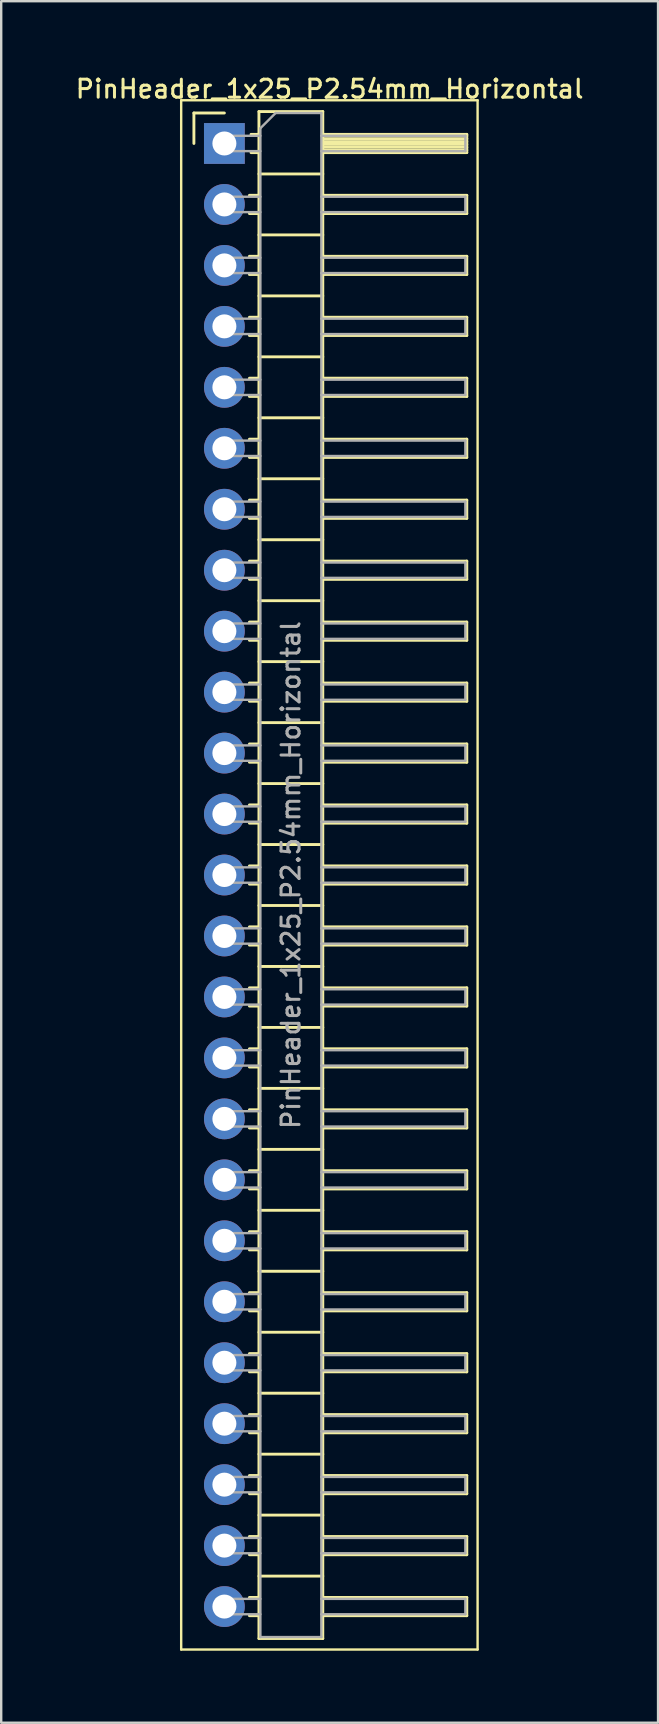
<source format=kicad_pcb>
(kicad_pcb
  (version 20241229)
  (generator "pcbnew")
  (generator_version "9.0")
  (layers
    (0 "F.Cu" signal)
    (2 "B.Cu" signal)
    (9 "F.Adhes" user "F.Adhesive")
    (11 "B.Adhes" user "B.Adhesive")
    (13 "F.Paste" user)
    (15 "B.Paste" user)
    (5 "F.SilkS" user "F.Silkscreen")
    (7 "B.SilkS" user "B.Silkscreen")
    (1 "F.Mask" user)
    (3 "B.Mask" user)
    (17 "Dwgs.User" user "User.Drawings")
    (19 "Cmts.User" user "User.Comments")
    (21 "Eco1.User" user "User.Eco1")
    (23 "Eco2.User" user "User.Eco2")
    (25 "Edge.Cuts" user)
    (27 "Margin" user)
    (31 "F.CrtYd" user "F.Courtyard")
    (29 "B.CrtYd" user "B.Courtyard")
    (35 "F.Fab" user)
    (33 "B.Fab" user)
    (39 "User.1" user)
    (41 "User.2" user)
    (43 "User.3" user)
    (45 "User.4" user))
  (footprint "PinHeader_1x25_P2.54mm_Horizontal"
    (layer "F.Cu")
    (at 6.299 2.928)
    (property "Reference" "PinHeader_1x25_P2.54mm_Horizontal" (at 4.385 -2.27 0) (layer "F.SilkS") (effects (font (size 0.75 0.75) (thickness 0.125))))
    (attr through_hole)
    (fp_line (start -1.8 -1.8) (end -1.8 62.75) (stroke (width 0.1) (type solid)) (layer "F.SilkS"))
    (fp_line (start -1.8 62.75) (end 10.55 62.75) (stroke (width 0.1) (type solid)) (layer "F.SilkS"))
    (fp_line (start -1.27 -1.27) (end 0 -1.27) (stroke (width 0.12) (type solid)) (layer "F.SilkS"))
    (fp_line (start -1.27 0) (end -1.27 -1.27) (stroke (width 0.12) (type solid)) (layer "F.SilkS"))
    (fp_line (start 1.043 2.16) (end 1.44 2.16) (stroke (width 0.12) (type solid)) (layer "F.SilkS"))
    (fp_line (start 1.043 2.92) (end 1.44 2.92) (stroke (width 0.12) (type solid)) (layer "F.SilkS"))
    (fp_line (start 1.043 4.7) (end 1.44 4.7) (stroke (width 0.12) (type solid)) (layer "F.SilkS"))
    (fp_line (start 1.043 5.46) (end 1.44 5.46) (stroke (width 0.12) (type solid)) (layer "F.SilkS"))
    (fp_line (start 1.043 7.24) (end 1.44 7.24) (stroke (width 0.12) (type solid)) (layer "F.SilkS"))
    (fp_line (start 1.043 8) (end 1.44 8) (stroke (width 0.12) (type solid)) (layer "F.SilkS"))
    (fp_line (start 1.043 9.78) (end 1.44 9.78) (stroke (width 0.12) (type solid)) (layer "F.SilkS"))
    (fp_line (start 1.043 10.54) (end 1.44 10.54) (stroke (width 0.12) (type solid)) (layer "F.SilkS"))
    (fp_line (start 1.043 12.32) (end 1.44 12.32) (stroke (width 0.12) (type solid)) (layer "F.SilkS"))
    (fp_line (start 1.043 13.08) (end 1.44 13.08) (stroke (width 0.12) (type solid)) (layer "F.SilkS"))
    (fp_line (start 1.043 14.86) (end 1.44 14.86) (stroke (width 0.12) (type solid)) (layer "F.SilkS"))
    (fp_line (start 1.043 15.62) (end 1.44 15.62) (stroke (width 0.12) (type solid)) (layer "F.SilkS"))
    (fp_line (start 1.043 17.4) (end 1.44 17.4) (stroke (width 0.12) (type solid)) (layer "F.SilkS"))
    (fp_line (start 1.043 18.16) (end 1.44 18.16) (stroke (width 0.12) (type solid)) (layer "F.SilkS"))
    (fp_line (start 1.043 19.94) (end 1.44 19.94) (stroke (width 0.12) (type solid)) (layer "F.SilkS"))
    (fp_line (start 1.043 20.7) (end 1.44 20.7) (stroke (width 0.12) (type solid)) (layer "F.SilkS"))
    (fp_line (start 1.043 22.48) (end 1.44 22.48) (stroke (width 0.12) (type solid)) (layer "F.SilkS"))
    (fp_line (start 1.043 23.24) (end 1.44 23.24) (stroke (width 0.12) (type solid)) (layer "F.SilkS"))
    (fp_line (start 1.043 25.02) (end 1.44 25.02) (stroke (width 0.12) (type solid)) (layer "F.SilkS"))
    (fp_line (start 1.043 25.78) (end 1.44 25.78) (stroke (width 0.12) (type solid)) (layer "F.SilkS"))
    (fp_line (start 1.043 27.56) (end 1.44 27.56) (stroke (width 0.12) (type solid)) (layer "F.SilkS"))
    (fp_line (start 1.043 28.32) (end 1.44 28.32) (stroke (width 0.12) (type solid)) (layer "F.SilkS"))
    (fp_line (start 1.043 30.1) (end 1.44 30.1) (stroke (width 0.12) (type solid)) (layer "F.SilkS"))
    (fp_line (start 1.043 30.86) (end 1.44 30.86) (stroke (width 0.12) (type solid)) (layer "F.SilkS"))
    (fp_line (start 1.043 32.64) (end 1.44 32.64) (stroke (width 0.12) (type solid)) (layer "F.SilkS"))
    (fp_line (start 1.043 33.4) (end 1.44 33.4) (stroke (width 0.12) (type solid)) (layer "F.SilkS"))
    (fp_line (start 1.043 35.18) (end 1.44 35.18) (stroke (width 0.12) (type solid)) (layer "F.SilkS"))
    (fp_line (start 1.043 35.94) (end 1.44 35.94) (stroke (width 0.12) (type solid)) (layer "F.SilkS"))
    (fp_line (start 1.043 37.72) (end 1.44 37.72) (stroke (width 0.12) (type solid)) (layer "F.SilkS"))
    (fp_line (start 1.043 38.48) (end 1.44 38.48) (stroke (width 0.12) (type solid)) (layer "F.SilkS"))
    (fp_line (start 1.043 40.26) (end 1.44 40.26) (stroke (width 0.12) (type solid)) (layer "F.SilkS"))
    (fp_line (start 1.043 41.02) (end 1.44 41.02) (stroke (width 0.12) (type solid)) (layer "F.SilkS"))
    (fp_line (start 1.043 42.8) (end 1.44 42.8) (stroke (width 0.12) (type solid)) (layer "F.SilkS"))
    (fp_line (start 1.043 43.56) (end 1.44 43.56) (stroke (width 0.12) (type solid)) (layer "F.SilkS"))
    (fp_line (start 1.043 45.34) (end 1.44 45.34) (stroke (width 0.12) (type solid)) (layer "F.SilkS"))
    (fp_line (start 1.043 46.1) (end 1.44 46.1) (stroke (width 0.12) (type solid)) (layer "F.SilkS"))
    (fp_line (start 1.043 47.88) (end 1.44 47.88) (stroke (width 0.12) (type solid)) (layer "F.SilkS"))
    (fp_line (start 1.043 48.64) (end 1.44 48.64) (stroke (width 0.12) (type solid)) (layer "F.SilkS"))
    (fp_line (start 1.043 50.42) (end 1.44 50.42) (stroke (width 0.12) (type solid)) (layer "F.SilkS"))
    (fp_line (start 1.043 51.18) (end 1.44 51.18) (stroke (width 0.12) (type solid)) (layer "F.SilkS"))
    (fp_line (start 1.043 52.96) (end 1.44 52.96) (stroke (width 0.12) (type solid)) (layer "F.SilkS"))
    (fp_line (start 1.043 53.72) (end 1.44 53.72) (stroke (width 0.12) (type solid)) (layer "F.SilkS"))
    (fp_line (start 1.043 55.5) (end 1.44 55.5) (stroke (width 0.12) (type solid)) (layer "F.SilkS"))
    (fp_line (start 1.043 56.26) (end 1.44 56.26) (stroke (width 0.12) (type solid)) (layer "F.SilkS"))
    (fp_line (start 1.043 58.04) (end 1.44 58.04) (stroke (width 0.12) (type solid)) (layer "F.SilkS"))
    (fp_line (start 1.043 58.8) (end 1.44 58.8) (stroke (width 0.12) (type solid)) (layer "F.SilkS"))
    (fp_line (start 1.043 60.58) (end 1.44 60.58) (stroke (width 0.12) (type solid)) (layer "F.SilkS"))
    (fp_line (start 1.043 61.34) (end 1.44 61.34) (stroke (width 0.12) (type solid)) (layer "F.SilkS"))
    (fp_line (start 1.11 -0.38) (end 1.44 -0.38) (stroke (width 0.12) (type solid)) (layer "F.SilkS"))
    (fp_line (start 1.11 0.38) (end 1.44 0.38) (stroke (width 0.12) (type solid)) (layer "F.SilkS"))
    (fp_line (start 1.44 -1.33) (end 1.44 62.29) (stroke (width 0.12) (type solid)) (layer "F.SilkS"))
    (fp_line (start 1.44 1.27) (end 4.1 1.27) (stroke (width 0.12) (type solid)) (layer "F.SilkS"))
    (fp_line (start 1.44 3.81) (end 4.1 3.81) (stroke (width 0.12) (type solid)) (layer "F.SilkS"))
    (fp_line (start 1.44 6.35) (end 4.1 6.35) (stroke (width 0.12) (type solid)) (layer "F.SilkS"))
    (fp_line (start 1.44 8.89) (end 4.1 8.89) (stroke (width 0.12) (type solid)) (layer "F.SilkS"))
    (fp_line (start 1.44 11.43) (end 4.1 11.43) (stroke (width 0.12) (type solid)) (layer "F.SilkS"))
    (fp_line (start 1.44 13.97) (end 4.1 13.97) (stroke (width 0.12) (type solid)) (layer "F.SilkS"))
    (fp_line (start 1.44 16.51) (end 4.1 16.51) (stroke (width 0.12) (type solid)) (layer "F.SilkS"))
    (fp_line (start 1.44 19.05) (end 4.1 19.05) (stroke (width 0.12) (type solid)) (layer "F.SilkS"))
    (fp_line (start 1.44 21.59) (end 4.1 21.59) (stroke (width 0.12) (type solid)) (layer "F.SilkS"))
    (fp_line (start 1.44 24.13) (end 4.1 24.13) (stroke (width 0.12) (type solid)) (layer "F.SilkS"))
    (fp_line (start 1.44 26.67) (end 4.1 26.67) (stroke (width 0.12) (type solid)) (layer "F.SilkS"))
    (fp_line (start 1.44 29.21) (end 4.1 29.21) (stroke (width 0.12) (type solid)) (layer "F.SilkS"))
    (fp_line (start 1.44 31.75) (end 4.1 31.75) (stroke (width 0.12) (type solid)) (layer "F.SilkS"))
    (fp_line (start 1.44 34.29) (end 4.1 34.29) (stroke (width 0.12) (type solid)) (layer "F.SilkS"))
    (fp_line (start 1.44 36.83) (end 4.1 36.83) (stroke (width 0.12) (type solid)) (layer "F.SilkS"))
    (fp_line (start 1.44 39.37) (end 4.1 39.37) (stroke (width 0.12) (type solid)) (layer "F.SilkS"))
    (fp_line (start 1.44 41.91) (end 4.1 41.91) (stroke (width 0.12) (type solid)) (layer "F.SilkS"))
    (fp_line (start 1.44 44.45) (end 4.1 44.45) (stroke (width 0.12) (type solid)) (layer "F.SilkS"))
    (fp_line (start 1.44 46.99) (end 4.1 46.99) (stroke (width 0.12) (type solid)) (layer "F.SilkS"))
    (fp_line (start 1.44 49.53) (end 4.1 49.53) (stroke (width 0.12) (type solid)) (layer "F.SilkS"))
    (fp_line (start 1.44 52.07) (end 4.1 52.07) (stroke (width 0.12) (type solid)) (layer "F.SilkS"))
    (fp_line (start 1.44 54.61) (end 4.1 54.61) (stroke (width 0.12) (type solid)) (layer "F.SilkS"))
    (fp_line (start 1.44 57.15) (end 4.1 57.15) (stroke (width 0.12) (type solid)) (layer "F.SilkS"))
    (fp_line (start 1.44 59.69) (end 4.1 59.69) (stroke (width 0.12) (type solid)) (layer "F.SilkS"))
    (fp_line (start 1.44 62.29) (end 4.1 62.29) (stroke (width 0.12) (type solid)) (layer "F.SilkS"))
    (fp_line (start 4.1 -1.33) (end 1.44 -1.33) (stroke (width 0.12) (type solid)) (layer "F.SilkS"))
    (fp_line (start 4.1 -0.38) (end 10.1 -0.38) (stroke (width 0.12) (type solid)) (layer "F.SilkS"))
    (fp_line (start 4.1 -0.32) (end 10.1 -0.32) (stroke (width 0.12) (type solid)) (layer "F.SilkS"))
    (fp_line (start 4.1 -0.2) (end 10.1 -0.2) (stroke (width 0.12) (type solid)) (layer "F.SilkS"))
    (fp_line (start 4.1 -0.08) (end 10.1 -0.08) (stroke (width 0.12) (type solid)) (layer "F.SilkS"))
    (fp_line (start 4.1 0.04) (end 10.1 0.04) (stroke (width 0.12) (type solid)) (layer "F.SilkS"))
    (fp_line (start 4.1 0.16) (end 10.1 0.16) (stroke (width 0.12) (type solid)) (layer "F.SilkS"))
    (fp_line (start 4.1 0.28) (end 10.1 0.28) (stroke (width 0.12) (type solid)) (layer "F.SilkS"))
    (fp_line (start 4.1 2.16) (end 10.1 2.16) (stroke (width 0.12) (type solid)) (layer "F.SilkS"))
    (fp_line (start 4.1 4.7) (end 10.1 4.7) (stroke (width 0.12) (type solid)) (layer "F.SilkS"))
    (fp_line (start 4.1 7.24) (end 10.1 7.24) (stroke (width 0.12) (type solid)) (layer "F.SilkS"))
    (fp_line (start 4.1 9.78) (end 10.1 9.78) (stroke (width 0.12) (type solid)) (layer "F.SilkS"))
    (fp_line (start 4.1 12.32) (end 10.1 12.32) (stroke (width 0.12) (type solid)) (layer "F.SilkS"))
    (fp_line (start 4.1 14.86) (end 10.1 14.86) (stroke (width 0.12) (type solid)) (layer "F.SilkS"))
    (fp_line (start 4.1 17.4) (end 10.1 17.4) (stroke (width 0.12) (type solid)) (layer "F.SilkS"))
    (fp_line (start 4.1 19.94) (end 10.1 19.94) (stroke (width 0.12) (type solid)) (layer "F.SilkS"))
    (fp_line (start 4.1 22.48) (end 10.1 22.48) (stroke (width 0.12) (type solid)) (layer "F.SilkS"))
    (fp_line (start 4.1 25.02) (end 10.1 25.02) (stroke (width 0.12) (type solid)) (layer "F.SilkS"))
    (fp_line (start 4.1 27.56) (end 10.1 27.56) (stroke (width 0.12) (type solid)) (layer "F.SilkS"))
    (fp_line (start 4.1 30.1) (end 10.1 30.1) (stroke (width 0.12) (type solid)) (layer "F.SilkS"))
    (fp_line (start 4.1 32.64) (end 10.1 32.64) (stroke (width 0.12) (type solid)) (layer "F.SilkS"))
    (fp_line (start 4.1 35.18) (end 10.1 35.18) (stroke (width 0.12) (type solid)) (layer "F.SilkS"))
    (fp_line (start 4.1 37.72) (end 10.1 37.72) (stroke (width 0.12) (type solid)) (layer "F.SilkS"))
    (fp_line (start 4.1 40.26) (end 10.1 40.26) (stroke (width 0.12) (type solid)) (layer "F.SilkS"))
    (fp_line (start 4.1 42.8) (end 10.1 42.8) (stroke (width 0.12) (type solid)) (layer "F.SilkS"))
    (fp_line (start 4.1 45.34) (end 10.1 45.34) (stroke (width 0.12) (type solid)) (layer "F.SilkS"))
    (fp_line (start 4.1 47.88) (end 10.1 47.88) (stroke (width 0.12) (type solid)) (layer "F.SilkS"))
    (fp_line (start 4.1 50.42) (end 10.1 50.42) (stroke (width 0.12) (type solid)) (layer "F.SilkS"))
    (fp_line (start 4.1 52.96) (end 10.1 52.96) (stroke (width 0.12) (type solid)) (layer "F.SilkS"))
    (fp_line (start 4.1 55.5) (end 10.1 55.5) (stroke (width 0.12) (type solid)) (layer "F.SilkS"))
    (fp_line (start 4.1 58.04) (end 10.1 58.04) (stroke (width 0.12) (type solid)) (layer "F.SilkS"))
    (fp_line (start 4.1 60.58) (end 10.1 60.58) (stroke (width 0.12) (type solid)) (layer "F.SilkS"))
    (fp_line (start 4.1 62.29) (end 4.1 -1.33) (stroke (width 0.12) (type solid)) (layer "F.SilkS"))
    (fp_line (start 10.1 -0.38) (end 10.1 0.38) (stroke (width 0.12) (type solid)) (layer "F.SilkS"))
    (fp_line (start 10.1 0.38) (end 4.1 0.38) (stroke (width 0.12) (type solid)) (layer "F.SilkS"))
    (fp_line (start 10.1 2.16) (end 10.1 2.92) (stroke (width 0.12) (type solid)) (layer "F.SilkS"))
    (fp_line (start 10.1 2.92) (end 4.1 2.92) (stroke (width 0.12) (type solid)) (layer "F.SilkS"))
    (fp_line (start 10.1 4.7) (end 10.1 5.46) (stroke (width 0.12) (type solid)) (layer "F.SilkS"))
    (fp_line (start 10.1 5.46) (end 4.1 5.46) (stroke (width 0.12) (type solid)) (layer "F.SilkS"))
    (fp_line (start 10.1 7.24) (end 10.1 8) (stroke (width 0.12) (type solid)) (layer "F.SilkS"))
    (fp_line (start 10.1 8) (end 4.1 8) (stroke (width 0.12) (type solid)) (layer "F.SilkS"))
    (fp_line (start 10.1 9.78) (end 10.1 10.54) (stroke (width 0.12) (type solid)) (layer "F.SilkS"))
    (fp_line (start 10.1 10.54) (end 4.1 10.54) (stroke (width 0.12) (type solid)) (layer "F.SilkS"))
    (fp_line (start 10.1 12.32) (end 10.1 13.08) (stroke (width 0.12) (type solid)) (layer "F.SilkS"))
    (fp_line (start 10.1 13.08) (end 4.1 13.08) (stroke (width 0.12) (type solid)) (layer "F.SilkS"))
    (fp_line (start 10.1 14.86) (end 10.1 15.62) (stroke (width 0.12) (type solid)) (layer "F.SilkS"))
    (fp_line (start 10.1 15.62) (end 4.1 15.62) (stroke (width 0.12) (type solid)) (layer "F.SilkS"))
    (fp_line (start 10.1 17.4) (end 10.1 18.16) (stroke (width 0.12) (type solid)) (layer "F.SilkS"))
    (fp_line (start 10.1 18.16) (end 4.1 18.16) (stroke (width 0.12) (type solid)) (layer "F.SilkS"))
    (fp_line (start 10.1 19.94) (end 10.1 20.7) (stroke (width 0.12) (type solid)) (layer "F.SilkS"))
    (fp_line (start 10.1 20.7) (end 4.1 20.7) (stroke (width 0.12) (type solid)) (layer "F.SilkS"))
    (fp_line (start 10.1 22.48) (end 10.1 23.24) (stroke (width 0.12) (type solid)) (layer "F.SilkS"))
    (fp_line (start 10.1 23.24) (end 4.1 23.24) (stroke (width 0.12) (type solid)) (layer "F.SilkS"))
    (fp_line (start 10.1 25.02) (end 10.1 25.78) (stroke (width 0.12) (type solid)) (layer "F.SilkS"))
    (fp_line (start 10.1 25.78) (end 4.1 25.78) (stroke (width 0.12) (type solid)) (layer "F.SilkS"))
    (fp_line (start 10.1 27.56) (end 10.1 28.32) (stroke (width 0.12) (type solid)) (layer "F.SilkS"))
    (fp_line (start 10.1 28.32) (end 4.1 28.32) (stroke (width 0.12) (type solid)) (layer "F.SilkS"))
    (fp_line (start 10.1 30.1) (end 10.1 30.86) (stroke (width 0.12) (type solid)) (layer "F.SilkS"))
    (fp_line (start 10.1 30.86) (end 4.1 30.86) (stroke (width 0.12) (type solid)) (layer "F.SilkS"))
    (fp_line (start 10.1 32.64) (end 10.1 33.4) (stroke (width 0.12) (type solid)) (layer "F.SilkS"))
    (fp_line (start 10.1 33.4) (end 4.1 33.4) (stroke (width 0.12) (type solid)) (layer "F.SilkS"))
    (fp_line (start 10.1 35.18) (end 10.1 35.94) (stroke (width 0.12) (type solid)) (layer "F.SilkS"))
    (fp_line (start 10.1 35.94) (end 4.1 35.94) (stroke (width 0.12) (type solid)) (layer "F.SilkS"))
    (fp_line (start 10.1 37.72) (end 10.1 38.48) (stroke (width 0.12) (type solid)) (layer "F.SilkS"))
    (fp_line (start 10.1 38.48) (end 4.1 38.48) (stroke (width 0.12) (type solid)) (layer "F.SilkS"))
    (fp_line (start 10.1 40.26) (end 10.1 41.02) (stroke (width 0.12) (type solid)) (layer "F.SilkS"))
    (fp_line (start 10.1 41.02) (end 4.1 41.02) (stroke (width 0.12) (type solid)) (layer "F.SilkS"))
    (fp_line (start 10.1 42.8) (end 10.1 43.56) (stroke (width 0.12) (type solid)) (layer "F.SilkS"))
    (fp_line (start 10.1 43.56) (end 4.1 43.56) (stroke (width 0.12) (type solid)) (layer "F.SilkS"))
    (fp_line (start 10.1 45.34) (end 10.1 46.1) (stroke (width 0.12) (type solid)) (layer "F.SilkS"))
    (fp_line (start 10.1 46.1) (end 4.1 46.1) (stroke (width 0.12) (type solid)) (layer "F.SilkS"))
    (fp_line (start 10.1 47.88) (end 10.1 48.64) (stroke (width 0.12) (type solid)) (layer "F.SilkS"))
    (fp_line (start 10.1 48.64) (end 4.1 48.64) (stroke (width 0.12) (type solid)) (layer "F.SilkS"))
    (fp_line (start 10.1 50.42) (end 10.1 51.18) (stroke (width 0.12) (type solid)) (layer "F.SilkS"))
    (fp_line (start 10.1 51.18) (end 4.1 51.18) (stroke (width 0.12) (type solid)) (layer "F.SilkS"))
    (fp_line (start 10.1 52.96) (end 10.1 53.72) (stroke (width 0.12) (type solid)) (layer "F.SilkS"))
    (fp_line (start 10.1 53.72) (end 4.1 53.72) (stroke (width 0.12) (type solid)) (layer "F.SilkS"))
    (fp_line (start 10.1 55.5) (end 10.1 56.26) (stroke (width 0.12) (type solid)) (layer "F.SilkS"))
    (fp_line (start 10.1 56.26) (end 4.1 56.26) (stroke (width 0.12) (type solid)) (layer "F.SilkS"))
    (fp_line (start 10.1 58.04) (end 10.1 58.8) (stroke (width 0.12) (type solid)) (layer "F.SilkS"))
    (fp_line (start 10.1 58.8) (end 4.1 58.8) (stroke (width 0.12) (type solid)) (layer "F.SilkS"))
    (fp_line (start 10.1 60.58) (end 10.1 61.34) (stroke (width 0.12) (type solid)) (layer "F.SilkS"))
    (fp_line (start 10.1 61.34) (end 4.1 61.34) (stroke (width 0.12) (type solid)) (layer "F.SilkS"))
    (fp_line (start 10.55 -1.8) (end -1.8 -1.8) (stroke (width 0.1) (type solid)) (layer "F.SilkS"))
    (fp_line (start 10.55 62.75) (end 10.55 -1.8) (stroke (width 0.1) (type solid)) (layer "F.SilkS"))
    (fp_line (start -0.32 -0.32) (end -0.32 0.32) (stroke (width 0.1) (type solid)) (layer "F.Fab"))
    (fp_line (start -0.32 -0.32) (end 1.5 -0.32) (stroke (width 0.1) (type solid)) (layer "F.Fab"))
    (fp_line (start -0.32 0.32) (end 1.5 0.32) (stroke (width 0.1) (type solid)) (layer "F.Fab"))
    (fp_line (start -0.32 2.22) (end -0.32 2.86) (stroke (width 0.1) (type solid)) (layer "F.Fab"))
    (fp_line (start -0.32 2.22) (end 1.5 2.22) (stroke (width 0.1) (type solid)) (layer "F.Fab"))
    (fp_line (start -0.32 2.86) (end 1.5 2.86) (stroke (width 0.1) (type solid)) (layer "F.Fab"))
    (fp_line (start -0.32 4.76) (end -0.32 5.4) (stroke (width 0.1) (type solid)) (layer "F.Fab"))
    (fp_line (start -0.32 4.76) (end 1.5 4.76) (stroke (width 0.1) (type solid)) (layer "F.Fab"))
    (fp_line (start -0.32 5.4) (end 1.5 5.4) (stroke (width 0.1) (type solid)) (layer "F.Fab"))
    (fp_line (start -0.32 7.3) (end -0.32 7.94) (stroke (width 0.1) (type solid)) (layer "F.Fab"))
    (fp_line (start -0.32 7.3) (end 1.5 7.3) (stroke (width 0.1) (type solid)) (layer "F.Fab"))
    (fp_line (start -0.32 7.94) (end 1.5 7.94) (stroke (width 0.1) (type solid)) (layer "F.Fab"))
    (fp_line (start -0.32 9.84) (end -0.32 10.48) (stroke (width 0.1) (type solid)) (layer "F.Fab"))
    (fp_line (start -0.32 9.84) (end 1.5 9.84) (stroke (width 0.1) (type solid)) (layer "F.Fab"))
    (fp_line (start -0.32 10.48) (end 1.5 10.48) (stroke (width 0.1) (type solid)) (layer "F.Fab"))
    (fp_line (start -0.32 12.38) (end -0.32 13.02) (stroke (width 0.1) (type solid)) (layer "F.Fab"))
    (fp_line (start -0.32 12.38) (end 1.5 12.38) (stroke (width 0.1) (type solid)) (layer "F.Fab"))
    (fp_line (start -0.32 13.02) (end 1.5 13.02) (stroke (width 0.1) (type solid)) (layer "F.Fab"))
    (fp_line (start -0.32 14.92) (end -0.32 15.56) (stroke (width 0.1) (type solid)) (layer "F.Fab"))
    (fp_line (start -0.32 14.92) (end 1.5 14.92) (stroke (width 0.1) (type solid)) (layer "F.Fab"))
    (fp_line (start -0.32 15.56) (end 1.5 15.56) (stroke (width 0.1) (type solid)) (layer "F.Fab"))
    (fp_line (start -0.32 17.46) (end -0.32 18.1) (stroke (width 0.1) (type solid)) (layer "F.Fab"))
    (fp_line (start -0.32 17.46) (end 1.5 17.46) (stroke (width 0.1) (type solid)) (layer "F.Fab"))
    (fp_line (start -0.32 18.1) (end 1.5 18.1) (stroke (width 0.1) (type solid)) (layer "F.Fab"))
    (fp_line (start -0.32 20) (end -0.32 20.64) (stroke (width 0.1) (type solid)) (layer "F.Fab"))
    (fp_line (start -0.32 20) (end 1.5 20) (stroke (width 0.1) (type solid)) (layer "F.Fab"))
    (fp_line (start -0.32 20.64) (end 1.5 20.64) (stroke (width 0.1) (type solid)) (layer "F.Fab"))
    (fp_line (start -0.32 22.54) (end -0.32 23.18) (stroke (width 0.1) (type solid)) (layer "F.Fab"))
    (fp_line (start -0.32 22.54) (end 1.5 22.54) (stroke (width 0.1) (type solid)) (layer "F.Fab"))
    (fp_line (start -0.32 23.18) (end 1.5 23.18) (stroke (width 0.1) (type solid)) (layer "F.Fab"))
    (fp_line (start -0.32 25.08) (end -0.32 25.72) (stroke (width 0.1) (type solid)) (layer "F.Fab"))
    (fp_line (start -0.32 25.08) (end 1.5 25.08) (stroke (width 0.1) (type solid)) (layer "F.Fab"))
    (fp_line (start -0.32 25.72) (end 1.5 25.72) (stroke (width 0.1) (type solid)) (layer "F.Fab"))
    (fp_line (start -0.32 27.62) (end -0.32 28.26) (stroke (width 0.1) (type solid)) (layer "F.Fab"))
    (fp_line (start -0.32 27.62) (end 1.5 27.62) (stroke (width 0.1) (type solid)) (layer "F.Fab"))
    (fp_line (start -0.32 28.26) (end 1.5 28.26) (stroke (width 0.1) (type solid)) (layer "F.Fab"))
    (fp_line (start -0.32 30.16) (end -0.32 30.8) (stroke (width 0.1) (type solid)) (layer "F.Fab"))
    (fp_line (start -0.32 30.16) (end 1.5 30.16) (stroke (width 0.1) (type solid)) (layer "F.Fab"))
    (fp_line (start -0.32 30.8) (end 1.5 30.8) (stroke (width 0.1) (type solid)) (layer "F.Fab"))
    (fp_line (start -0.32 32.7) (end -0.32 33.34) (stroke (width 0.1) (type solid)) (layer "F.Fab"))
    (fp_line (start -0.32 32.7) (end 1.5 32.7) (stroke (width 0.1) (type solid)) (layer "F.Fab"))
    (fp_line (start -0.32 33.34) (end 1.5 33.34) (stroke (width 0.1) (type solid)) (layer "F.Fab"))
    (fp_line (start -0.32 35.24) (end -0.32 35.88) (stroke (width 0.1) (type solid)) (layer "F.Fab"))
    (fp_line (start -0.32 35.24) (end 1.5 35.24) (stroke (width 0.1) (type solid)) (layer "F.Fab"))
    (fp_line (start -0.32 35.88) (end 1.5 35.88) (stroke (width 0.1) (type solid)) (layer "F.Fab"))
    (fp_line (start -0.32 37.78) (end -0.32 38.42) (stroke (width 0.1) (type solid)) (layer "F.Fab"))
    (fp_line (start -0.32 37.78) (end 1.5 37.78) (stroke (width 0.1) (type solid)) (layer "F.Fab"))
    (fp_line (start -0.32 38.42) (end 1.5 38.42) (stroke (width 0.1) (type solid)) (layer "F.Fab"))
    (fp_line (start -0.32 40.32) (end -0.32 40.96) (stroke (width 0.1) (type solid)) (layer "F.Fab"))
    (fp_line (start -0.32 40.32) (end 1.5 40.32) (stroke (width 0.1) (type solid)) (layer "F.Fab"))
    (fp_line (start -0.32 40.96) (end 1.5 40.96) (stroke (width 0.1) (type solid)) (layer "F.Fab"))
    (fp_line (start -0.32 42.86) (end -0.32 43.5) (stroke (width 0.1) (type solid)) (layer "F.Fab"))
    (fp_line (start -0.32 42.86) (end 1.5 42.86) (stroke (width 0.1) (type solid)) (layer "F.Fab"))
    (fp_line (start -0.32 43.5) (end 1.5 43.5) (stroke (width 0.1) (type solid)) (layer "F.Fab"))
    (fp_line (start -0.32 45.4) (end -0.32 46.04) (stroke (width 0.1) (type solid)) (layer "F.Fab"))
    (fp_line (start -0.32 45.4) (end 1.5 45.4) (stroke (width 0.1) (type solid)) (layer "F.Fab"))
    (fp_line (start -0.32 46.04) (end 1.5 46.04) (stroke (width 0.1) (type solid)) (layer "F.Fab"))
    (fp_line (start -0.32 47.94) (end -0.32 48.58) (stroke (width 0.1) (type solid)) (layer "F.Fab"))
    (fp_line (start -0.32 47.94) (end 1.5 47.94) (stroke (width 0.1) (type solid)) (layer "F.Fab"))
    (fp_line (start -0.32 48.58) (end 1.5 48.58) (stroke (width 0.1) (type solid)) (layer "F.Fab"))
    (fp_line (start -0.32 50.48) (end -0.32 51.12) (stroke (width 0.1) (type solid)) (layer "F.Fab"))
    (fp_line (start -0.32 50.48) (end 1.5 50.48) (stroke (width 0.1) (type solid)) (layer "F.Fab"))
    (fp_line (start -0.32 51.12) (end 1.5 51.12) (stroke (width 0.1) (type solid)) (layer "F.Fab"))
    (fp_line (start -0.32 53.02) (end -0.32 53.66) (stroke (width 0.1) (type solid)) (layer "F.Fab"))
    (fp_line (start -0.32 53.02) (end 1.5 53.02) (stroke (width 0.1) (type solid)) (layer "F.Fab"))
    (fp_line (start -0.32 53.66) (end 1.5 53.66) (stroke (width 0.1) (type solid)) (layer "F.Fab"))
    (fp_line (start -0.32 55.56) (end -0.32 56.2) (stroke (width 0.1) (type solid)) (layer "F.Fab"))
    (fp_line (start -0.32 55.56) (end 1.5 55.56) (stroke (width 0.1) (type solid)) (layer "F.Fab"))
    (fp_line (start -0.32 56.2) (end 1.5 56.2) (stroke (width 0.1) (type solid)) (layer "F.Fab"))
    (fp_line (start -0.32 58.1) (end -0.32 58.74) (stroke (width 0.1) (type solid)) (layer "F.Fab"))
    (fp_line (start -0.32 58.1) (end 1.5 58.1) (stroke (width 0.1) (type solid)) (layer "F.Fab"))
    (fp_line (start -0.32 58.74) (end 1.5 58.74) (stroke (width 0.1) (type solid)) (layer "F.Fab"))
    (fp_line (start -0.32 60.64) (end -0.32 61.28) (stroke (width 0.1) (type solid)) (layer "F.Fab"))
    (fp_line (start -0.32 60.64) (end 1.5 60.64) (stroke (width 0.1) (type solid)) (layer "F.Fab"))
    (fp_line (start -0.32 61.28) (end 1.5 61.28) (stroke (width 0.1) (type solid)) (layer "F.Fab"))
    (fp_line (start 1.5 -0.635) (end 2.135 -1.27) (stroke (width 0.1) (type solid)) (layer "F.Fab"))
    (fp_line (start 1.5 62.23) (end 1.5 -0.635) (stroke (width 0.1) (type solid)) (layer "F.Fab"))
    (fp_line (start 2.135 -1.27) (end 4.04 -1.27) (stroke (width 0.1) (type solid)) (layer "F.Fab"))
    (fp_line (start 4.04 -1.27) (end 4.04 62.23) (stroke (width 0.1) (type solid)) (layer "F.Fab"))
    (fp_line (start 4.04 -0.32) (end 10.04 -0.32) (stroke (width 0.1) (type solid)) (layer "F.Fab"))
    (fp_line (start 4.04 0.32) (end 10.04 0.32) (stroke (width 0.1) (type solid)) (layer "F.Fab"))
    (fp_line (start 4.04 2.22) (end 10.04 2.22) (stroke (width 0.1) (type solid)) (layer "F.Fab"))
    (fp_line (start 4.04 2.86) (end 10.04 2.86) (stroke (width 0.1) (type solid)) (layer "F.Fab"))
    (fp_line (start 4.04 4.76) (end 10.04 4.76) (stroke (width 0.1) (type solid)) (layer "F.Fab"))
    (fp_line (start 4.04 5.4) (end 10.04 5.4) (stroke (width 0.1) (type solid)) (layer "F.Fab"))
    (fp_line (start 4.04 7.3) (end 10.04 7.3) (stroke (width 0.1) (type solid)) (layer "F.Fab"))
    (fp_line (start 4.04 7.94) (end 10.04 7.94) (stroke (width 0.1) (type solid)) (layer "F.Fab"))
    (fp_line (start 4.04 9.84) (end 10.04 9.84) (stroke (width 0.1) (type solid)) (layer "F.Fab"))
    (fp_line (start 4.04 10.48) (end 10.04 10.48) (stroke (width 0.1) (type solid)) (layer "F.Fab"))
    (fp_line (start 4.04 12.38) (end 10.04 12.38) (stroke (width 0.1) (type solid)) (layer "F.Fab"))
    (fp_line (start 4.04 13.02) (end 10.04 13.02) (stroke (width 0.1) (type solid)) (layer "F.Fab"))
    (fp_line (start 4.04 14.92) (end 10.04 14.92) (stroke (width 0.1) (type solid)) (layer "F.Fab"))
    (fp_line (start 4.04 15.56) (end 10.04 15.56) (stroke (width 0.1) (type solid)) (layer "F.Fab"))
    (fp_line (start 4.04 17.46) (end 10.04 17.46) (stroke (width 0.1) (type solid)) (layer "F.Fab"))
    (fp_line (start 4.04 18.1) (end 10.04 18.1) (stroke (width 0.1) (type solid)) (layer "F.Fab"))
    (fp_line (start 4.04 20) (end 10.04 20) (stroke (width 0.1) (type solid)) (layer "F.Fab"))
    (fp_line (start 4.04 20.64) (end 10.04 20.64) (stroke (width 0.1) (type solid)) (layer "F.Fab"))
    (fp_line (start 4.04 22.54) (end 10.04 22.54) (stroke (width 0.1) (type solid)) (layer "F.Fab"))
    (fp_line (start 4.04 23.18) (end 10.04 23.18) (stroke (width 0.1) (type solid)) (layer "F.Fab"))
    (fp_line (start 4.04 25.08) (end 10.04 25.08) (stroke (width 0.1) (type solid)) (layer "F.Fab"))
    (fp_line (start 4.04 25.72) (end 10.04 25.72) (stroke (width 0.1) (type solid)) (layer "F.Fab"))
    (fp_line (start 4.04 27.62) (end 10.04 27.62) (stroke (width 0.1) (type solid)) (layer "F.Fab"))
    (fp_line (start 4.04 28.26) (end 10.04 28.26) (stroke (width 0.1) (type solid)) (layer "F.Fab"))
    (fp_line (start 4.04 30.16) (end 10.04 30.16) (stroke (width 0.1) (type solid)) (layer "F.Fab"))
    (fp_line (start 4.04 30.8) (end 10.04 30.8) (stroke (width 0.1) (type solid)) (layer "F.Fab"))
    (fp_line (start 4.04 32.7) (end 10.04 32.7) (stroke (width 0.1) (type solid)) (layer "F.Fab"))
    (fp_line (start 4.04 33.34) (end 10.04 33.34) (stroke (width 0.1) (type solid)) (layer "F.Fab"))
    (fp_line (start 4.04 35.24) (end 10.04 35.24) (stroke (width 0.1) (type solid)) (layer "F.Fab"))
    (fp_line (start 4.04 35.88) (end 10.04 35.88) (stroke (width 0.1) (type solid)) (layer "F.Fab"))
    (fp_line (start 4.04 37.78) (end 10.04 37.78) (stroke (width 0.1) (type solid)) (layer "F.Fab"))
    (fp_line (start 4.04 38.42) (end 10.04 38.42) (stroke (width 0.1) (type solid)) (layer "F.Fab"))
    (fp_line (start 4.04 40.32) (end 10.04 40.32) (stroke (width 0.1) (type solid)) (layer "F.Fab"))
    (fp_line (start 4.04 40.96) (end 10.04 40.96) (stroke (width 0.1) (type solid)) (layer "F.Fab"))
    (fp_line (start 4.04 42.86) (end 10.04 42.86) (stroke (width 0.1) (type solid)) (layer "F.Fab"))
    (fp_line (start 4.04 43.5) (end 10.04 43.5) (stroke (width 0.1) (type solid)) (layer "F.Fab"))
    (fp_line (start 4.04 45.4) (end 10.04 45.4) (stroke (width 0.1) (type solid)) (layer "F.Fab"))
    (fp_line (start 4.04 46.04) (end 10.04 46.04) (stroke (width 0.1) (type solid)) (layer "F.Fab"))
    (fp_line (start 4.04 47.94) (end 10.04 47.94) (stroke (width 0.1) (type solid)) (layer "F.Fab"))
    (fp_line (start 4.04 48.58) (end 10.04 48.58) (stroke (width 0.1) (type solid)) (layer "F.Fab"))
    (fp_line (start 4.04 50.48) (end 10.04 50.48) (stroke (width 0.1) (type solid)) (layer "F.Fab"))
    (fp_line (start 4.04 51.12) (end 10.04 51.12) (stroke (width 0.1) (type solid)) (layer "F.Fab"))
    (fp_line (start 4.04 53.02) (end 10.04 53.02) (stroke (width 0.1) (type solid)) (layer "F.Fab"))
    (fp_line (start 4.04 53.66) (end 10.04 53.66) (stroke (width 0.1) (type solid)) (layer "F.Fab"))
    (fp_line (start 4.04 55.56) (end 10.04 55.56) (stroke (width 0.1) (type solid)) (layer "F.Fab"))
    (fp_line (start 4.04 56.2) (end 10.04 56.2) (stroke (width 0.1) (type solid)) (layer "F.Fab"))
    (fp_line (start 4.04 58.1) (end 10.04 58.1) (stroke (width 0.1) (type solid)) (layer "F.Fab"))
    (fp_line (start 4.04 58.74) (end 10.04 58.74) (stroke (width 0.1) (type solid)) (layer "F.Fab"))
    (fp_line (start 4.04 60.64) (end 10.04 60.64) (stroke (width 0.1) (type solid)) (layer "F.Fab"))
    (fp_line (start 4.04 61.28) (end 10.04 61.28) (stroke (width 0.1) (type solid)) (layer "F.Fab"))
    (fp_line (start 4.04 62.23) (end 1.5 62.23) (stroke (width 0.1) (type solid)) (layer "F.Fab"))
    (fp_line (start 10.04 -0.32) (end 10.04 0.32) (stroke (width 0.1) (type solid)) (layer "F.Fab"))
    (fp_line (start 10.04 2.22) (end 10.04 2.86) (stroke (width 0.1) (type solid)) (layer "F.Fab"))
    (fp_line (start 10.04 4.76) (end 10.04 5.4) (stroke (width 0.1) (type solid)) (layer "F.Fab"))
    (fp_line (start 10.04 7.3) (end 10.04 7.94) (stroke (width 0.1) (type solid)) (layer "F.Fab"))
    (fp_line (start 10.04 9.84) (end 10.04 10.48) (stroke (width 0.1) (type solid)) (layer "F.Fab"))
    (fp_line (start 10.04 12.38) (end 10.04 13.02) (stroke (width 0.1) (type solid)) (layer "F.Fab"))
    (fp_line (start 10.04 14.92) (end 10.04 15.56) (stroke (width 0.1) (type solid)) (layer "F.Fab"))
    (fp_line (start 10.04 17.46) (end 10.04 18.1) (stroke (width 0.1) (type solid)) (layer "F.Fab"))
    (fp_line (start 10.04 20) (end 10.04 20.64) (stroke (width 0.1) (type solid)) (layer "F.Fab"))
    (fp_line (start 10.04 22.54) (end 10.04 23.18) (stroke (width 0.1) (type solid)) (layer "F.Fab"))
    (fp_line (start 10.04 25.08) (end 10.04 25.72) (stroke (width 0.1) (type solid)) (layer "F.Fab"))
    (fp_line (start 10.04 27.62) (end 10.04 28.26) (stroke (width 0.1) (type solid)) (layer "F.Fab"))
    (fp_line (start 10.04 30.16) (end 10.04 30.8) (stroke (width 0.1) (type solid)) (layer "F.Fab"))
    (fp_line (start 10.04 32.7) (end 10.04 33.34) (stroke (width 0.1) (type solid)) (layer "F.Fab"))
    (fp_line (start 10.04 35.24) (end 10.04 35.88) (stroke (width 0.1) (type solid)) (layer "F.Fab"))
    (fp_line (start 10.04 37.78) (end 10.04 38.42) (stroke (width 0.1) (type solid)) (layer "F.Fab"))
    (fp_line (start 10.04 40.32) (end 10.04 40.96) (stroke (width 0.1) (type solid)) (layer "F.Fab"))
    (fp_line (start 10.04 42.86) (end 10.04 43.5) (stroke (width 0.1) (type solid)) (layer "F.Fab"))
    (fp_line (start 10.04 45.4) (end 10.04 46.04) (stroke (width 0.1) (type solid)) (layer "F.Fab"))
    (fp_line (start 10.04 47.94) (end 10.04 48.58) (stroke (width 0.1) (type solid)) (layer "F.Fab"))
    (fp_line (start 10.04 50.48) (end 10.04 51.12) (stroke (width 0.1) (type solid)) (layer "F.Fab"))
    (fp_line (start 10.04 53.02) (end 10.04 53.66) (stroke (width 0.1) (type solid)) (layer "F.Fab"))
    (fp_line (start 10.04 55.56) (end 10.04 56.2) (stroke (width 0.1) (type solid)) (layer "F.Fab"))
    (fp_line (start 10.04 58.1) (end 10.04 58.74) (stroke (width 0.1) (type solid)) (layer "F.Fab"))
    (fp_line (start 10.04 60.64) (end 10.04 61.28) (stroke (width 0.1) (type solid)) (layer "F.Fab"))
    (fp_text user "${REFERENCE}" (at 2.77 30.48 90) (layer "F.Fab") (effects (font (size 0.75 0.75) (thickness 0.125))))
    (pad "1" thru_hole rect (at 0 0) (size 1.7 1.7) (drill 1) (layers "*.Cu" "*.Mask"))
    (pad "2" thru_hole oval (at 0 2.54) (size 1.7 1.7) (drill 1) (layers "*.Cu" "*.Mask"))
    (pad "3" thru_hole oval (at 0 5.08) (size 1.7 1.7) (drill 1) (layers "*.Cu" "*.Mask"))
    (pad "4" thru_hole oval (at 0 7.62) (size 1.7 1.7) (drill 1) (layers "*.Cu" "*.Mask"))
    (pad "5" thru_hole oval (at 0 10.16) (size 1.7 1.7) (drill 1) (layers "*.Cu" "*.Mask"))
    (pad "6" thru_hole oval (at 0 12.7) (size 1.7 1.7) (drill 1) (layers "*.Cu" "*.Mask"))
    (pad "7" thru_hole oval (at 0 15.24) (size 1.7 1.7) (drill 1) (layers "*.Cu" "*.Mask"))
    (pad "8" thru_hole oval (at 0 17.78) (size 1.7 1.7) (drill 1) (layers "*.Cu" "*.Mask"))
    (pad "9" thru_hole oval (at 0 20.32) (size 1.7 1.7) (drill 1) (layers "*.Cu" "*.Mask"))
    (pad "10" thru_hole oval (at 0 22.86) (size 1.7 1.7) (drill 1) (layers "*.Cu" "*.Mask"))
    (pad "11" thru_hole oval (at 0 25.4) (size 1.7 1.7) (drill 1) (layers "*.Cu" "*.Mask"))
    (pad "12" thru_hole oval (at 0 27.94) (size 1.7 1.7) (drill 1) (layers "*.Cu" "*.Mask"))
    (pad "13" thru_hole oval (at 0 30.48) (size 1.7 1.7) (drill 1) (layers "*.Cu" "*.Mask"))
    (pad "14" thru_hole oval (at 0 33.02) (size 1.7 1.7) (drill 1) (layers "*.Cu" "*.Mask"))
    (pad "15" thru_hole oval (at 0 35.56) (size 1.7 1.7) (drill 1) (layers "*.Cu" "*.Mask"))
    (pad "16" thru_hole oval (at 0 38.1) (size 1.7 1.7) (drill 1) (layers "*.Cu" "*.Mask"))
    (pad "17" thru_hole oval (at 0 40.64) (size 1.7 1.7) (drill 1) (layers "*.Cu" "*.Mask"))
    (pad "18" thru_hole oval (at 0 43.18) (size 1.7 1.7) (drill 1) (layers "*.Cu" "*.Mask"))
    (pad "19" thru_hole oval (at 0 45.72) (size 1.7 1.7) (drill 1) (layers "*.Cu" "*.Mask"))
    (pad "20" thru_hole oval (at 0 48.26) (size 1.7 1.7) (drill 1) (layers "*.Cu" "*.Mask"))
    (pad "21" thru_hole oval (at 0 50.8) (size 1.7 1.7) (drill 1) (layers "*.Cu" "*.Mask"))
    (pad "22" thru_hole oval (at 0 53.34) (size 1.7 1.7) (drill 1) (layers "*.Cu" "*.Mask"))
    (pad "23" thru_hole oval (at 0 55.88) (size 1.7 1.7) (drill 1) (layers "*.Cu" "*.Mask"))
    (pad "24" thru_hole oval (at 0 58.42) (size 1.7 1.7) (drill 1) (layers "*.Cu" "*.Mask"))
    (pad "25" thru_hole oval (at 0 60.96) (size 1.7 1.7) (drill 1) (layers "*.Cu" "*.Mask")))
  (gr_rect
    (start -3 -3)
    (end 24.368 68.728)
    (stroke (width 0.1) (type default))
    (fill no)
    (layer "Edge.Cuts")))
</source>
